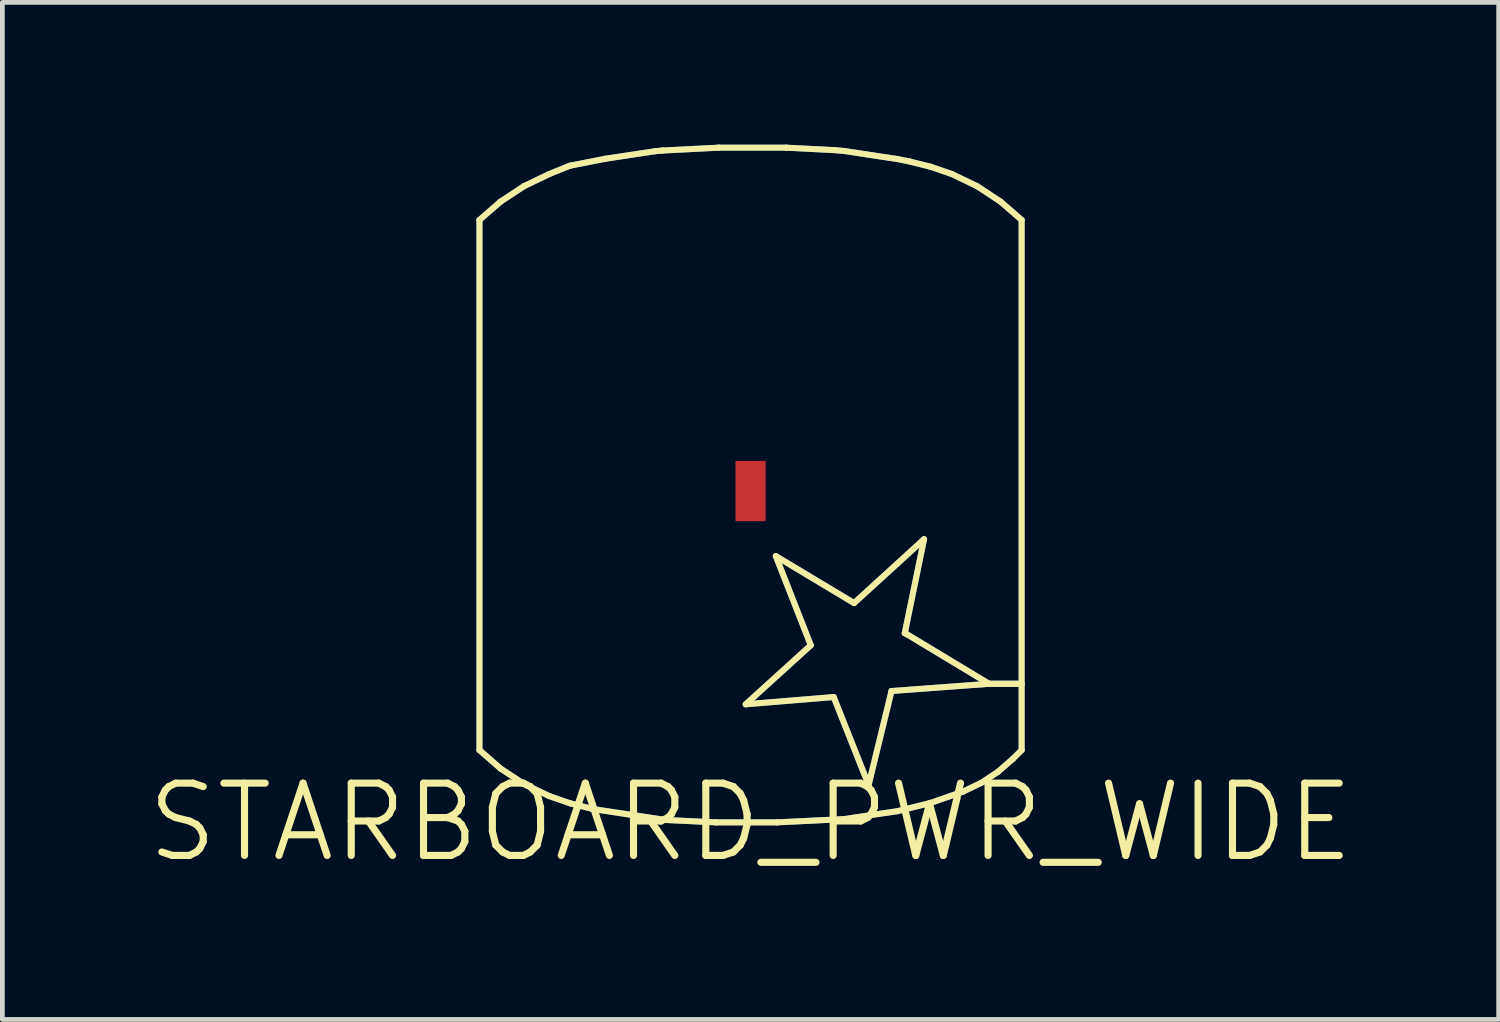
<source format=kicad_pcb>
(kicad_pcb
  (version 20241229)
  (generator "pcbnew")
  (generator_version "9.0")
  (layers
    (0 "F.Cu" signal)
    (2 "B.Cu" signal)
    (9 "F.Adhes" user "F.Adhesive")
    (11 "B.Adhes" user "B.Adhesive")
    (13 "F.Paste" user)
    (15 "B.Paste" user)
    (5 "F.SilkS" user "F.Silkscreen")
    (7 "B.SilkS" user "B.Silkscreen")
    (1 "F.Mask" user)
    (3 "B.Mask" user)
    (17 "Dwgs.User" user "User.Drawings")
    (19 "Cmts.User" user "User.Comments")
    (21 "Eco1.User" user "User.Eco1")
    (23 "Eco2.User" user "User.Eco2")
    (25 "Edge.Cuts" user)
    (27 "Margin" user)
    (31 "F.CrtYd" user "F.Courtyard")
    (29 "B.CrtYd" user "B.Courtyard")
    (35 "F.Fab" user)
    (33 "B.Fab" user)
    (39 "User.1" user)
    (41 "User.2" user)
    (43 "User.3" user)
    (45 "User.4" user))
  (footprint "STARBOARD_PWR_WIDE"
    (layer "F.Cu")
    (at 12.773 14.287)
    (property "Reference" "STARBOARD_PWR_WIDE" (at 0 0 0) (layer "F.SilkS") (effects (font (size 1.524 1.524) (thickness 0.15))))
    (attr smd)
    (fp_line (start -5.715 -12.7) (end -5.271 -13.086) (stroke (width 0.127) (type solid)) (layer "B.Cu"))
    (fp_line (start -5.715 -1.524) (end -5.715 -12.7) (stroke (width 0.127) (type solid)) (layer "B.Cu"))
    (fp_line (start -5.271 -13.086) (end -4.778 -13.411) (stroke (width 0.127) (type solid)) (layer "B.Cu"))
    (fp_line (start -5.271 -1.135) (end -5.715 -1.524) (stroke (width 0.127) (type solid)) (layer "B.Cu"))
    (fp_line (start -4.778 -13.411) (end -4.244 -13.668) (stroke (width 0.127) (type solid)) (layer "B.Cu"))
    (fp_line (start -4.778 -0.81) (end -5.271 -1.135) (stroke (width 0.127) (type solid)) (layer "B.Cu"))
    (fp_line (start -4.244 -13.668) (end -3.81 -13.843) (stroke (width 0.127) (type solid)) (layer "B.Cu"))
    (fp_line (start -4.244 -0.554) (end -4.778 -0.81) (stroke (width 0.127) (type solid)) (layer "B.Cu"))
    (fp_line (start -3.81 -13.843) (end -3.063 -13.99) (stroke (width 0.127) (type solid)) (layer "B.Cu"))
    (fp_line (start -3.802 -0.401) (end -4.244 -0.554) (stroke (width 0.127) (type solid)) (layer "B.Cu"))
    (fp_line (start -3.348 -0.287) (end -3.802 -0.401) (stroke (width 0.127) (type solid)) (layer "B.Cu"))
    (fp_line (start -3.266 -0.272) (end -3.348 -0.287) (stroke (width 0.127) (type solid)) (layer "B.Cu"))
    (fp_line (start -3.063 -13.99) (end -2.004 -14.15) (stroke (width 0.127) (type solid)) (layer "B.Cu"))
    (fp_line (start -2.004 -14.15) (end -1.862 -14.163) (stroke (width 0.127) (type solid)) (layer "B.Cu"))
    (fp_line (start -1.862 -14.163) (end -0.673 -14.224) (stroke (width 0.127) (type solid)) (layer "B.Cu"))
    (fp_line (start -1.801 -0.051) (end -3.266 -0.272) (stroke (width 0.127) (type solid)) (layer "B.Cu"))
    (fp_line (start -0.734 0) (end -1.801 -0.051) (stroke (width 0.127) (type solid)) (layer "B.Cu"))
    (fp_line (start -0.673 -14.224) (end 0.749 -14.224) (stroke (width 0.127) (type solid)) (layer "B.Cu"))
    (fp_line (start -0.102 -2.489) (end 1.753 -2.642) (stroke (width 0.127) (type solid)) (layer "B.Cu"))
    (fp_line (start 0.533 -5.613) (end 1.27 -3.734) (stroke (width 0.127) (type solid)) (layer "B.Cu"))
    (fp_line (start 0.561 0) (end -0.734 0) (stroke (width 0.127) (type solid)) (layer "B.Cu"))
    (fp_line (start 0.749 -14.224) (end 1.786 -14.171) (stroke (width 0.127) (type solid)) (layer "B.Cu"))
    (fp_line (start 1.27 -3.734) (end -0.102 -2.489) (stroke (width 0.127) (type solid)) (layer "B.Cu"))
    (fp_line (start 1.753 -2.642) (end 2.489 -0.787) (stroke (width 0.127) (type solid)) (layer "B.Cu"))
    (fp_line (start 1.786 -14.171) (end 1.981 -14.153) (stroke (width 0.127) (type solid)) (layer "B.Cu"))
    (fp_line (start 1.974 -0.069) (end 0.561 0) (stroke (width 0.127) (type solid)) (layer "B.Cu"))
    (fp_line (start 1.981 -14.153) (end 3.089 -13.985) (stroke (width 0.127) (type solid)) (layer "B.Cu"))
    (fp_line (start 2.182 -4.623) (end 0.533 -5.613) (stroke (width 0.127) (type solid)) (layer "B.Cu"))
    (fp_line (start 2.489 -0.787) (end 2.972 -2.769) (stroke (width 0.127) (type solid)) (layer "B.Cu"))
    (fp_line (start 2.972 -2.769) (end 5.029 -2.921) (stroke (width 0.127) (type solid)) (layer "B.Cu"))
    (fp_line (start 3.089 -13.985) (end 3.348 -13.934) (stroke (width 0.127) (type solid)) (layer "B.Cu"))
    (fp_line (start 3.096 -0.236) (end 1.974 -0.069) (stroke (width 0.127) (type solid)) (layer "B.Cu"))
    (fp_line (start 3.251 -3.988) (end 3.658 -5.969) (stroke (width 0.127) (type solid)) (layer "B.Cu"))
    (fp_line (start 3.302 -3.962) (end 3.251 -3.988) (stroke (width 0.127) (type solid)) (layer "B.Cu"))
    (fp_line (start 3.348 -13.934) (end 3.802 -13.82) (stroke (width 0.127) (type solid)) (layer "B.Cu"))
    (fp_line (start 3.658 -5.969) (end 2.182 -4.623) (stroke (width 0.127) (type solid)) (layer "B.Cu"))
    (fp_line (start 3.8 -0.411) (end 3.096 -0.236) (stroke (width 0.127) (type solid)) (layer "B.Cu"))
    (fp_line (start 3.802 -13.82) (end 4.244 -13.668) (stroke (width 0.127) (type solid)) (layer "B.Cu"))
    (fp_line (start 4.244 -13.668) (end 4.778 -13.411) (stroke (width 0.127) (type solid)) (layer "B.Cu"))
    (fp_line (start 4.483 -0.65) (end 3.8 -0.411) (stroke (width 0.127) (type solid)) (layer "B.Cu"))
    (fp_line (start 4.778 -13.411) (end 5.271 -13.086) (stroke (width 0.127) (type solid)) (layer "B.Cu"))
    (fp_line (start 4.864 -0.833) (end 4.483 -0.65) (stroke (width 0.127) (type solid)) (layer "B.Cu"))
    (fp_line (start 5.029 -2.921) (end 3.302 -3.962) (stroke (width 0.127) (type solid)) (layer "B.Cu"))
    (fp_line (start 5.029 -2.921) (end 5.715 -2.921) (stroke (width 0.127) (type solid)) (layer "B.Cu"))
    (fp_line (start 5.215 -1.064) (end 4.864 -0.833) (stroke (width 0.127) (type solid)) (layer "B.Cu"))
    (fp_line (start 5.271 -13.086) (end 5.715 -12.7) (stroke (width 0.127) (type solid)) (layer "B.Cu"))
    (fp_line (start 5.532 -1.341) (end 5.215 -1.064) (stroke (width 0.127) (type solid)) (layer "B.Cu"))
    (fp_line (start 5.715 -12.7) (end 5.715 -2.921) (stroke (width 0.127) (type solid)) (layer "B.Cu"))
    (fp_line (start 5.715 -2.921) (end 5.029 -2.921) (stroke (width 0.127) (type solid)) (layer "B.Cu"))
    (fp_line (start 5.715 -2.921) (end 5.715 -1.524) (stroke (width 0.127) (type solid)) (layer "B.Cu"))
    (fp_line (start 5.715 -1.524) (end 5.532 -1.341) (stroke (width 0.127) (type solid)) (layer "B.Cu"))
    (fp_line (start -5.715 -12.7) (end -5.271 -13.086) (stroke (width 0.127) (type solid)) (layer "F.SilkS"))
    (fp_line (start -5.715 -1.524) (end -5.715 -12.7) (stroke (width 0.127) (type solid)) (layer "F.SilkS"))
    (fp_line (start -5.271 -13.086) (end -4.778 -13.411) (stroke (width 0.127) (type solid)) (layer "F.SilkS"))
    (fp_line (start -5.271 -1.135) (end -5.715 -1.524) (stroke (width 0.127) (type solid)) (layer "F.SilkS"))
    (fp_line (start -4.778 -13.411) (end -4.244 -13.668) (stroke (width 0.127) (type solid)) (layer "F.SilkS"))
    (fp_line (start -4.778 -0.81) (end -5.271 -1.135) (stroke (width 0.127) (type solid)) (layer "F.SilkS"))
    (fp_line (start -4.244 -13.668) (end -3.81 -13.843) (stroke (width 0.127) (type solid)) (layer "F.SilkS"))
    (fp_line (start -4.244 -0.554) (end -4.778 -0.81) (stroke (width 0.127) (type solid)) (layer "F.SilkS"))
    (fp_line (start -3.81 -13.843) (end -3.063 -13.99) (stroke (width 0.127) (type solid)) (layer "F.SilkS"))
    (fp_line (start -3.802 -0.401) (end -4.244 -0.554) (stroke (width 0.127) (type solid)) (layer "F.SilkS"))
    (fp_line (start -3.348 -0.287) (end -3.802 -0.401) (stroke (width 0.127) (type solid)) (layer "F.SilkS"))
    (fp_line (start -3.266 -0.272) (end -3.348 -0.287) (stroke (width 0.127) (type solid)) (layer "F.SilkS"))
    (fp_line (start -3.063 -13.99) (end -2.004 -14.15) (stroke (width 0.127) (type solid)) (layer "F.SilkS"))
    (fp_line (start -2.004 -14.15) (end -1.862 -14.163) (stroke (width 0.127) (type solid)) (layer "F.SilkS"))
    (fp_line (start -1.862 -14.163) (end -0.673 -14.224) (stroke (width 0.127) (type solid)) (layer "F.SilkS"))
    (fp_line (start -1.801 -0.051) (end -3.266 -0.272) (stroke (width 0.127) (type solid)) (layer "F.SilkS"))
    (fp_line (start -0.734 0) (end -1.801 -0.051) (stroke (width 0.127) (type solid)) (layer "F.SilkS"))
    (fp_line (start -0.673 -14.224) (end 0.749 -14.224) (stroke (width 0.127) (type solid)) (layer "F.SilkS"))
    (fp_line (start -0.102 -2.489) (end 1.753 -2.642) (stroke (width 0.127) (type solid)) (layer "F.SilkS"))
    (fp_line (start 0.533 -5.613) (end 1.27 -3.734) (stroke (width 0.127) (type solid)) (layer "F.SilkS"))
    (fp_line (start 0.561 0) (end -0.734 0) (stroke (width 0.127) (type solid)) (layer "F.SilkS"))
    (fp_line (start 0.749 -14.224) (end 1.786 -14.171) (stroke (width 0.127) (type solid)) (layer "F.SilkS"))
    (fp_line (start 1.27 -3.734) (end -0.102 -2.489) (stroke (width 0.127) (type solid)) (layer "F.SilkS"))
    (fp_line (start 1.753 -2.642) (end 2.489 -0.787) (stroke (width 0.127) (type solid)) (layer "F.SilkS"))
    (fp_line (start 1.786 -14.171) (end 1.981 -14.153) (stroke (width 0.127) (type solid)) (layer "F.SilkS"))
    (fp_line (start 1.974 -0.069) (end 0.561 0) (stroke (width 0.127) (type solid)) (layer "F.SilkS"))
    (fp_line (start 1.981 -14.153) (end 3.089 -13.985) (stroke (width 0.127) (type solid)) (layer "F.SilkS"))
    (fp_line (start 2.182 -4.623) (end 0.533 -5.613) (stroke (width 0.127) (type solid)) (layer "F.SilkS"))
    (fp_line (start 2.489 -0.787) (end 2.972 -2.769) (stroke (width 0.127) (type solid)) (layer "F.SilkS"))
    (fp_line (start 2.972 -2.769) (end 5.029 -2.921) (stroke (width 0.127) (type solid)) (layer "F.SilkS"))
    (fp_line (start 3.089 -13.985) (end 3.348 -13.934) (stroke (width 0.127) (type solid)) (layer "F.SilkS"))
    (fp_line (start 3.096 -0.236) (end 1.974 -0.069) (stroke (width 0.127) (type solid)) (layer "F.SilkS"))
    (fp_line (start 3.251 -3.988) (end 3.658 -5.969) (stroke (width 0.127) (type solid)) (layer "F.SilkS"))
    (fp_line (start 3.302 -3.962) (end 3.251 -3.988) (stroke (width 0.127) (type solid)) (layer "F.SilkS"))
    (fp_line (start 3.348 -13.934) (end 3.802 -13.82) (stroke (width 0.127) (type solid)) (layer "F.SilkS"))
    (fp_line (start 3.658 -5.969) (end 2.182 -4.623) (stroke (width 0.127) (type solid)) (layer "F.SilkS"))
    (fp_line (start 3.8 -0.411) (end 3.096 -0.236) (stroke (width 0.127) (type solid)) (layer "F.SilkS"))
    (fp_line (start 3.802 -13.82) (end 4.244 -13.668) (stroke (width 0.127) (type solid)) (layer "F.SilkS"))
    (fp_line (start 4.244 -13.668) (end 4.778 -13.411) (stroke (width 0.127) (type solid)) (layer "F.SilkS"))
    (fp_line (start 4.483 -0.65) (end 3.8 -0.411) (stroke (width 0.127) (type solid)) (layer "F.SilkS"))
    (fp_line (start 4.778 -13.411) (end 5.271 -13.086) (stroke (width 0.127) (type solid)) (layer "F.SilkS"))
    (fp_line (start 4.864 -0.833) (end 4.483 -0.65) (stroke (width 0.127) (type solid)) (layer "F.SilkS"))
    (fp_line (start 5.029 -2.921) (end 3.302 -3.962) (stroke (width 0.127) (type solid)) (layer "F.SilkS"))
    (fp_line (start 5.029 -2.921) (end 5.715 -2.921) (stroke (width 0.127) (type solid)) (layer "F.SilkS"))
    (fp_line (start 5.215 -1.064) (end 4.864 -0.833) (stroke (width 0.127) (type solid)) (layer "F.SilkS"))
    (fp_line (start 5.271 -13.086) (end 5.715 -12.7) (stroke (width 0.127) (type solid)) (layer "F.SilkS"))
    (fp_line (start 5.532 -1.341) (end 5.215 -1.064) (stroke (width 0.127) (type solid)) (layer "F.SilkS"))
    (fp_line (start 5.715 -12.7) (end 5.715 -2.921) (stroke (width 0.127) (type solid)) (layer "F.SilkS"))
    (fp_line (start 5.715 -2.921) (end 5.029 -2.921) (stroke (width 0.127) (type solid)) (layer "F.SilkS"))
    (fp_line (start 5.715 -2.921) (end 5.715 -1.524) (stroke (width 0.127) (type solid)) (layer "F.SilkS"))
    (fp_line (start 5.715 -1.524) (end 5.532 -1.341) (stroke (width 0.127) (type solid)) (layer "F.SilkS"))
    (pad "GROU" smd rect (at 0 -6.985 90) (size 1.27 0.635) (layers "F.Cu" "F.Mask" "F.Paste")))
  (gr_rect
    (start -3 -3)
    (end 28.545 18.442)
    (stroke (width 0.1) (type default))
    (fill no)
    (layer "Edge.Cuts")))
</source>
